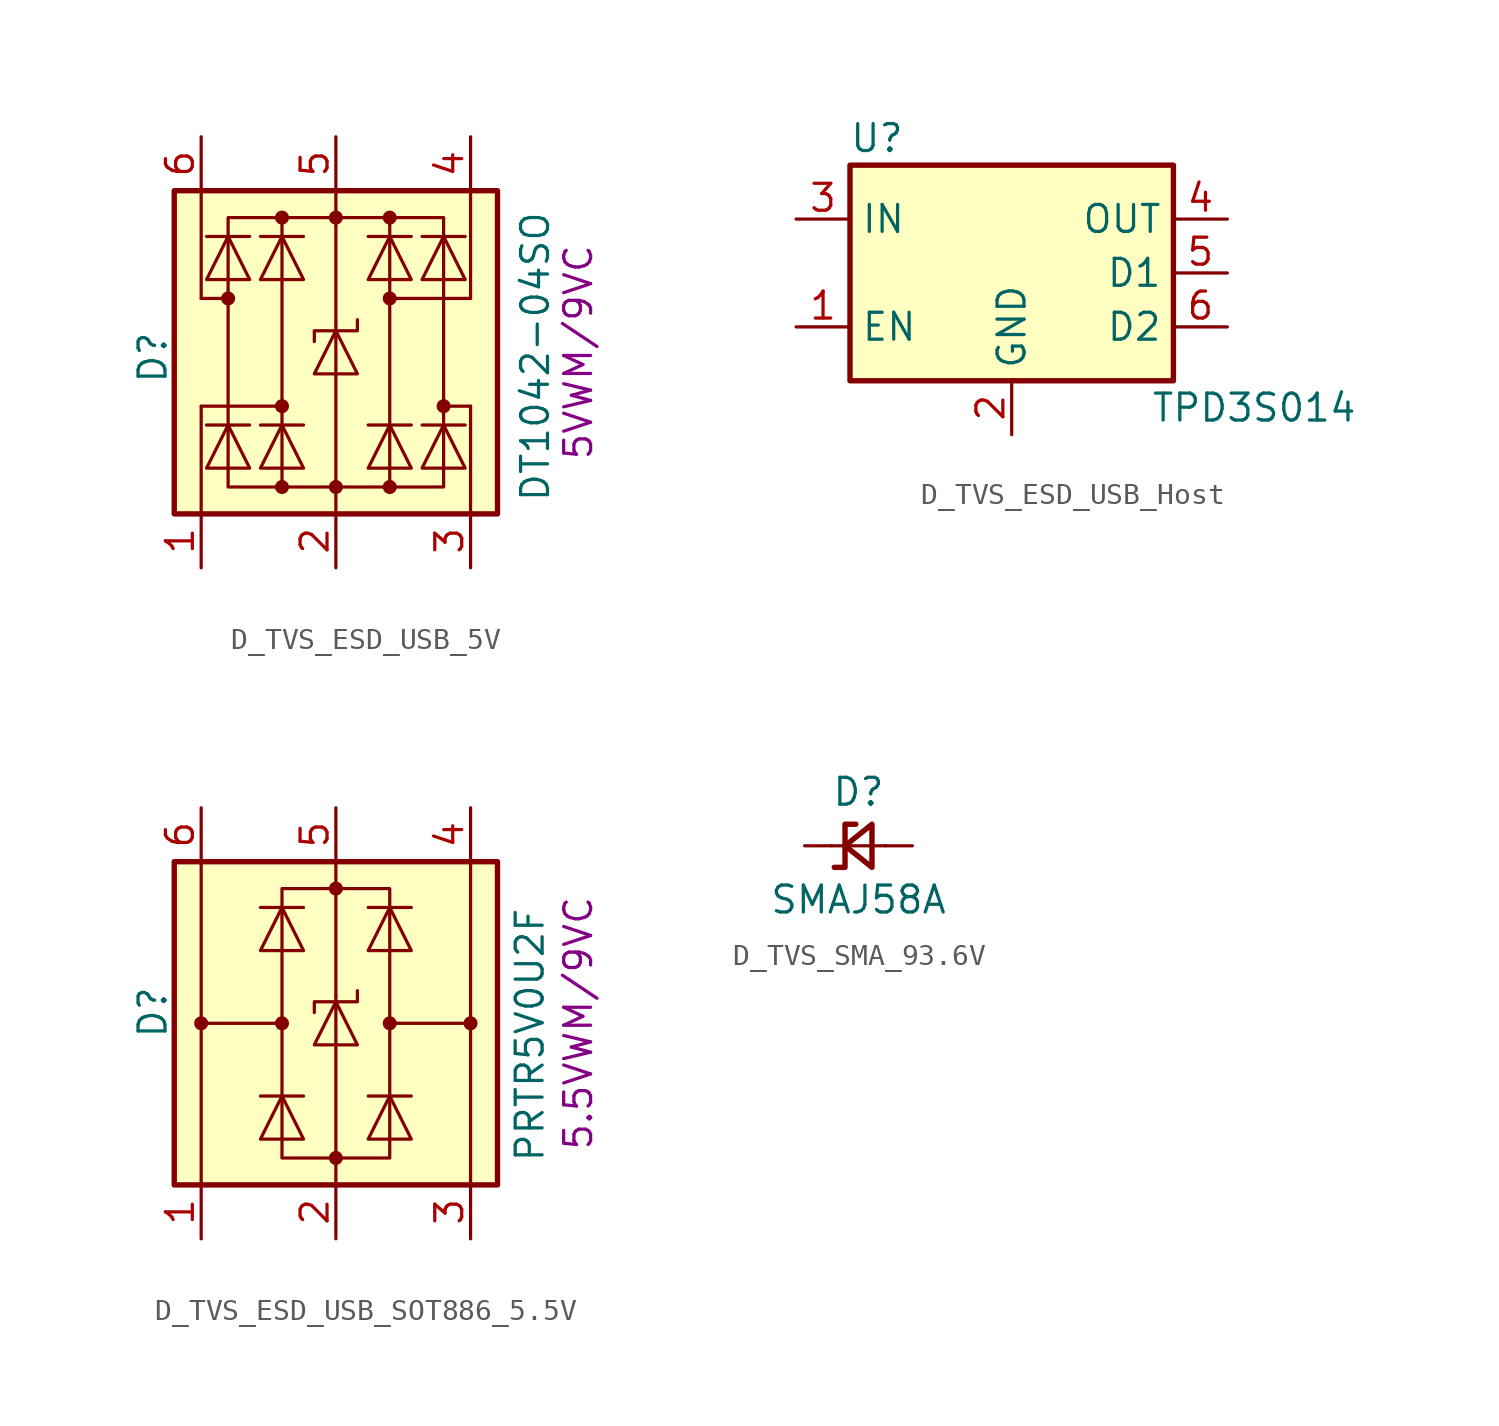
<source format=kicad_sym>
(kicad_symbol_lib
  (version 20241209)
  (generator "kicad_symbol_editor")
  (generator_version "9.0")
  (symbol "D_TVS_ESD_USB_5V"
    (pin_names
      (hide yes))
    (property "Reference" "D"
      (at -8.636 -2.794 90)
      (effects (font (size 1.27 1.27)) (justify left)))
    (property "Value" "DT1042-04SO"
      (at 9.398 -8.382 90)
      (effects (font (size 1.27 1.27)) (justify left)))
    (property "Rating" "5VWM/9VC"
      (at 11.43 -1.27 90)
      (effects (font (size 1.27 1.27))))
    (symbol "D_TVS_ESD_USB_5V_0_1"
      (polyline (pts (xy -6.096 2.159) (xy -4.064 2.159) (xy -5.08 4.191) (xy -6.096 2.159)) (stroke (width 0) (type default)) (fill (type none)))
      (polyline (pts (xy -6.096 -6.731) (xy -4.064 -6.731) (xy -5.08 -4.699) (xy -6.096 -6.731)) (stroke (width 0) (type default)) (fill (type none)))
      (circle (center -5.08 1.27) (radius 0.254) (stroke (width 0) (type default)) (fill (type outline)))
      (polyline (pts (xy -5.08 1.27) (xy -6.35 1.27)) (stroke (width 0) (type default)) (fill (type none)))
      (polyline (pts (xy -4.064 4.191) (xy -6.096 4.191)) (stroke (width 0) (type default)) (fill (type none)))
      (polyline (pts (xy -4.064 -4.699) (xy -6.096 -4.699)) (stroke (width 0) (type default)) (fill (type none)))
      (polyline (pts (xy -3.556 2.159) (xy -1.524 2.159) (xy -2.54 4.191) (xy -3.556 2.159)) (stroke (width 0) (type default)) (fill (type none)))
      (polyline (pts (xy -3.556 -6.731) (xy -1.524 -6.731) (xy -2.54 -4.699) (xy -3.556 -6.731)) (stroke (width 0) (type default)) (fill (type none)))
      (circle (center -2.54 5.08) (radius 0.254) (stroke (width 0) (type default)) (fill (type outline)))
      (rectangle (start -2.54 5.08) (end 2.54 -7.62) (stroke (width 0) (type default)) (fill (type none)))
      (polyline (pts (xy -2.54 5.08) (xy -5.08 5.08) (xy -5.08 -7.62) (xy -2.54 -7.62)) (stroke (width 0) (type default)) (fill (type none)))
      (circle (center -2.54 -3.81) (radius 0.254) (stroke (width 0) (type default)) (fill (type outline)))
      (polyline (pts (xy -2.54 -3.81) (xy -6.35 -3.81)) (stroke (width 0) (type default)) (fill (type none)))
      (circle (center -2.54 -7.62) (radius 0.254) (stroke (width 0) (type default)) (fill (type outline)))
      (polyline (pts (xy -1.524 4.191) (xy -3.556 4.191)) (stroke (width 0) (type default)) (fill (type none)))
      (polyline (pts (xy -1.524 -4.699) (xy -3.556 -4.699)) (stroke (width 0) (type default)) (fill (type none)))
      (polyline (pts (xy -1.016 -2.286) (xy 1.016 -2.286) (xy 0 -0.254) (xy -1.016 -2.286)) (stroke (width 0) (type default)) (fill (type none)))
      (circle (center 0 5.08) (radius 0.254) (stroke (width 0) (type default)) (fill (type outline)))
      (polyline (pts (xy 0 5.08) (xy 0 6.35)) (stroke (width 0) (type default)) (fill (type none)))
      (polyline (pts (xy 0 0) (xy 0 5.08)) (stroke (width 0) (type default)) (fill (type none)))
      (polyline (pts (xy 0 -7.62) (xy 0 0)) (stroke (width 0) (type default)) (fill (type none)))
      (circle (center 0 -7.62) (radius 0.254) (stroke (width 0) (type default)) (fill (type outline)))
      (polyline (pts (xy 0 -8.89) (xy 0 -7.62)) (stroke (width 0) (type default)) (fill (type none)))
      (polyline (pts (xy 1.015 0.268) (xy 1.015 -0.254) (xy -1.016 -0.254) (xy -1.016 -0.762)) (stroke (width 0) (type default)) (fill (type none)))
      (polyline (pts (xy 1.524 4.191) (xy 3.556 4.191)) (stroke (width 0) (type default)) (fill (type none)))
      (polyline (pts (xy 1.524 -4.699) (xy 3.556 -4.699)) (stroke (width 0) (type default)) (fill (type none)))
      (polyline (pts (xy 2.54 5.08) (xy 5.08 5.08) (xy 5.08 -7.62) (xy 2.54 -7.62)) (stroke (width 0) (type default)) (fill (type none)))
      (circle (center 2.54 5.08) (radius 0.254) (stroke (width 0) (type default)) (fill (type outline)))
      (polyline (pts (xy 2.54 1.27) (xy 6.35 1.27)) (stroke (width 0) (type default)) (fill (type none)))
      (circle (center 2.54 1.27) (radius 0.254) (stroke (width 0) (type default)) (fill (type outline)))
      (circle (center 2.54 -7.62) (radius 0.254) (stroke (width 0) (type default)) (fill (type outline)))
      (polyline (pts (xy 3.556 2.159) (xy 1.524 2.159) (xy 2.54 4.191) (xy 3.556 2.159)) (stroke (width 0) (type default)) (fill (type none)))
      (polyline (pts (xy 3.556 -6.731) (xy 1.524 -6.731) (xy 2.54 -4.699) (xy 3.556 -6.731)) (stroke (width 0) (type default)) (fill (type none)))
      (polyline (pts (xy 4.064 4.191) (xy 6.096 4.191)) (stroke (width 0) (type default)) (fill (type none)))
      (polyline (pts (xy 4.064 -4.699) (xy 6.096 -4.699)) (stroke (width 0) (type default)) (fill (type none)))
      (polyline (pts (xy 5.08 -3.81) (xy 6.35 -3.81)) (stroke (width 0) (type default)) (fill (type none)))
      (circle (center 5.08 -3.81) (radius 0.254) (stroke (width 0) (type default)) (fill (type outline)))
      (polyline (pts (xy 6.096 2.159) (xy 4.064 2.159) (xy 5.08 4.191) (xy 6.096 2.159)) (stroke (width 0) (type default)) (fill (type none)))
      (polyline (pts (xy 6.096 -6.731) (xy 4.064 -6.731) (xy 5.08 -4.699) (xy 6.096 -6.731)) (stroke (width 0) (type default)) (fill (type none))))
    (symbol "D_TVS_ESD_USB_5V_1_1"
      (rectangle (start -7.62 6.35) (end 7.62 -8.89) (stroke (width 0.254) (type default)) (fill (type background)))
      (polyline (pts (xy -6.35 6.35) (xy -6.35 1.27)) (stroke (width 0) (type default)) (fill (type none)))
      (polyline (pts (xy -6.35 -8.89) (xy -6.35 -3.81)) (stroke (width 0) (type default)) (fill (type none)))
      (polyline (pts (xy 6.35 1.27) (xy 6.35 6.35)) (stroke (width 0) (type default)) (fill (type none)))
      (polyline (pts (xy 6.35 -3.81) (xy 6.35 -8.89)) (stroke (width 0) (type default)) (fill (type none)))
      (pin passive line (at -6.35 8.89 270) (length 2.54) (name "I/O4" (effects (font (size 1.27 1.27)))) (number "6" (effects (font (size 1.27 1.27)))))
      (pin passive line (at -6.35 -11.43 90) (length 2.54) (name "I/O1" (effects (font (size 1.27 1.27)))) (number "1" (effects (font (size 1.27 1.27)))))
      (pin passive line (at 0 8.89 270) (length 2.54) (name "VCC" (effects (font (size 1.27 1.27)))) (number "5" (effects (font (size 1.27 1.27)))))
      (pin passive line (at 0 -11.43 90) (length 2.54) (name "GND" (effects (font (size 1.27 1.27)))) (number "2" (effects (font (size 1.27 1.27)))))
      (pin passive line (at 6.35 8.89 270) (length 2.54) (name "I/O3" (effects (font (size 1.27 1.27)))) (number "4" (effects (font (size 1.27 1.27)))))
      (pin passive line (at 6.35 -11.43 90) (length 2.54) (name "I/O2" (effects (font (size 1.27 1.27)))) (number "3" (effects (font (size 1.27 1.27)))))))
  (symbol "D_TVS_ESD_USB_Host"
    (property "Reference" "U"
      (at -6.35 6.35 0)
      (effects (font (size 1.27 1.27))))
    (property "Value" "TPD3S014"
      (at 11.43 -6.35 0)
      (effects (font (size 1.27 1.27))))
    (symbol "D_TVS_ESD_USB_Host_0_1"
      (rectangle (start -7.62 5.08) (end 7.62 -5.08) (stroke (width 0.254) (type default)) (fill (type background))))
    (symbol "D_TVS_ESD_USB_Host_1_1"
      (pin power_in line (at -10.16 2.54 0) (length 2.54) (name "IN" (effects (font (size 1.27 1.27)))) (number "3" (effects (font (size 1.27 1.27)))))
      (pin input line (at -10.16 -2.54 0) (length 2.54) (name "EN" (effects (font (size 1.27 1.27)))) (number "1" (effects (font (size 1.27 1.27)))))
      (pin power_in line (at 0 -7.62 90) (length 2.54) (name "GND" (effects (font (size 1.27 1.27)))) (number "2" (effects (font (size 1.27 1.27)))))
      (pin passive line (at 10.16 2.54 180) (length 2.54) (name "OUT" (effects (font (size 1.27 1.27)))) (number "4" (effects (font (size 1.27 1.27)))))
      (pin passive line (at 10.16 0 180) (length 2.54) (name "D1" (effects (font (size 1.27 1.27)))) (number "5" (effects (font (size 1.27 1.27)))))
      (pin passive line (at 10.16 -2.54 180) (length 2.54) (name "D2" (effects (font (size 1.27 1.27)))) (number "6" (effects (font (size 1.27 1.27)))))))
  (symbol "D_TVS_ESD_USB_SOT886_5.5V"
    (pin_names
      (hide yes))
    (property "Reference" "D"
      (at -8.636 -0.762 90)
      (effects (font (size 1.27 1.27)) (justify left)))
    (property "Value" "PRTR5V0U2F"
      (at 9.144 -6.604 90)
      (effects (font (size 1.27 1.27)) (justify left)))
    (property "Rating" "5.5VWM/9VC"
      (at 11.43 0 90)
      (effects (font (size 1.27 1.27))))
    (symbol "D_TVS_ESD_USB_SOT886_5.5V_0_1"
      (circle (center -6.35 0) (radius 0.254) (stroke (width 0) (type default)) (fill (type outline)))
      (polyline (pts (xy -3.556 3.429) (xy -1.524 3.429) (xy -2.54 5.461) (xy -3.556 3.429)) (stroke (width 0) (type default)) (fill (type none)))
      (polyline (pts (xy -3.556 -5.461) (xy -1.524 -5.461) (xy -2.54 -3.429) (xy -3.556 -5.461)) (stroke (width 0) (type default)) (fill (type none)))
      (circle (center -2.54 0) (radius 0.254) (stroke (width 0) (type default)) (fill (type outline)))
      (polyline (pts (xy -2.54 0) (xy -6.35 0)) (stroke (width 0) (type default)) (fill (type none)))
      (rectangle (start -2.54 -6.35) (end 2.54 6.35) (stroke (width 0) (type default)) (fill (type none)))
      (polyline (pts (xy -1.524 5.461) (xy -3.556 5.461)) (stroke (width 0) (type default)) (fill (type none)))
      (polyline (pts (xy -1.524 -3.429) (xy -3.556 -3.429)) (stroke (width 0) (type default)) (fill (type none)))
      (polyline (pts (xy -1.016 -1.016) (xy 1.016 -1.016) (xy 0 1.016) (xy -1.016 -1.016)) (stroke (width 0) (type default)) (fill (type none)))
      (circle (center 0 6.35) (radius 0.254) (stroke (width 0) (type default)) (fill (type outline)))
      (polyline (pts (xy 0 6.35) (xy 0 7.62)) (stroke (width 0) (type default)) (fill (type none)))
      (polyline (pts (xy 0 1.27) (xy 0 6.35)) (stroke (width 0) (type default)) (fill (type none)))
      (polyline (pts (xy 0 -6.35) (xy 0 1.27)) (stroke (width 0) (type default)) (fill (type none)))
      (circle (center 0 -6.35) (radius 0.254) (stroke (width 0) (type default)) (fill (type outline)))
      (polyline (pts (xy 0 -7.62) (xy 0 -6.35)) (stroke (width 0) (type default)) (fill (type none)))
      (polyline (pts (xy 1.015 1.538) (xy 1.015 1.016) (xy -1.016 1.016) (xy -1.016 0.508)) (stroke (width 0) (type default)) (fill (type none)))
      (polyline (pts (xy 1.524 5.461) (xy 3.556 5.461)) (stroke (width 0) (type default)) (fill (type none)))
      (polyline (pts (xy 1.524 -3.429) (xy 3.556 -3.429)) (stroke (width 0) (type default)) (fill (type none)))
      (polyline (pts (xy 2.54 0) (xy 6.35 0)) (stroke (width 0) (type default)) (fill (type none)))
      (circle (center 2.54 0) (radius 0.254) (stroke (width 0) (type default)) (fill (type outline)))
      (polyline (pts (xy 3.556 3.429) (xy 1.524 3.429) (xy 2.54 5.461) (xy 3.556 3.429)) (stroke (width 0) (type default)) (fill (type none)))
      (polyline (pts (xy 3.556 -5.461) (xy 1.524 -5.461) (xy 2.54 -3.429) (xy 3.556 -5.461)) (stroke (width 0) (type default)) (fill (type none)))
      (circle (center 6.35 0) (radius 0.254) (stroke (width 0) (type default)) (fill (type outline))))
    (symbol "D_TVS_ESD_USB_SOT886_5.5V_1_1"
      (rectangle (start -7.62 -7.62) (end 7.62 7.62) (stroke (width 0.254) (type default)) (fill (type background)))
      (polyline (pts (xy -6.35 7.62) (xy -6.35 0)) (stroke (width 0) (type default)) (fill (type none)))
      (polyline (pts (xy -6.35 -7.62) (xy -6.35 0)) (stroke (width 0) (type default)) (fill (type none)))
      (polyline (pts (xy 6.35 0) (xy 6.35 7.62)) (stroke (width 0) (type default)) (fill (type none)))
      (polyline (pts (xy 6.35 0) (xy 6.35 -7.62)) (stroke (width 0) (type default)) (fill (type none)))
      (pin passive line (at -6.35 10.16 270) (length 2.54) (name "I/O4" (effects (font (size 1.27 1.27)))) (number "6" (effects (font (size 1.27 1.27)))))
      (pin passive line (at -6.35 -10.16 90) (length 2.54) (name "I/O1" (effects (font (size 1.27 1.27)))) (number "1" (effects (font (size 1.27 1.27)))))
      (pin passive line (at 0 10.16 270) (length 2.54) (name "VCC" (effects (font (size 1.27 1.27)))) (number "5" (effects (font (size 1.27 1.27)))))
      (pin passive line (at 0 -10.16 90) (length 2.54) (name "GND" (effects (font (size 1.27 1.27)))) (number "2" (effects (font (size 1.27 1.27)))))
      (pin passive line (at 6.35 10.16 270) (length 2.54) (name "I/O3" (effects (font (size 1.27 1.27)))) (number "4" (effects (font (size 1.27 1.27)))))
      (pin passive line (at 6.35 -10.16 90) (length 2.54) (name "I/O2" (effects (font (size 1.27 1.27)))) (number "3" (effects (font (size 1.27 1.27)))))))
  (symbol "D_TVS_SMA_93.6V"
    (pin_numbers
      (hide yes))
    (pin_names
      (offset 1.016)
      (hide yes))
    (property "Reference" "D"
      (at 0 2.54 0)
      (effects (font (size 1.27 1.27))))
    (property "Value" "SMAJ58A"
      (at 0 -2.54 0)
      (effects (font (size 1.27 1.27))))
    (symbol "D_TVS_SMA_93.6V_0_1"
      (polyline (pts (xy -1.27 0) (xy 1.27 0)) (stroke (width 0) (type default)) (fill (type none)))
      (polyline (pts (xy -0.635 0) (xy -0.635 0) (xy 0.635 1.016) (xy 0.635 -1.016) (xy -0.635 0)) (stroke (width 0.254) (type default)) (fill (type none)))
      (polyline (pts (xy -0.127 1.016) (xy -0.635 1.016) (xy -0.635 -1.016) (xy -1.143 -1.016)) (stroke (width 0.254) (type default)) (fill (type none))))
    (symbol "D_TVS_SMA_93.6V_1_1"
      (pin passive line (at -2.54 0 0) (length 1.27) (name "K" (effects (font (size 1.27 1.27)))) (number "1" (effects (font (size 1.27 1.27)))))
      (pin passive line (at 2.54 0 180) (length 1.27) (name "A" (effects (font (size 1.27 1.27)))) (number "2" (effects (font (size 1.27 1.27))))))))
</source>
